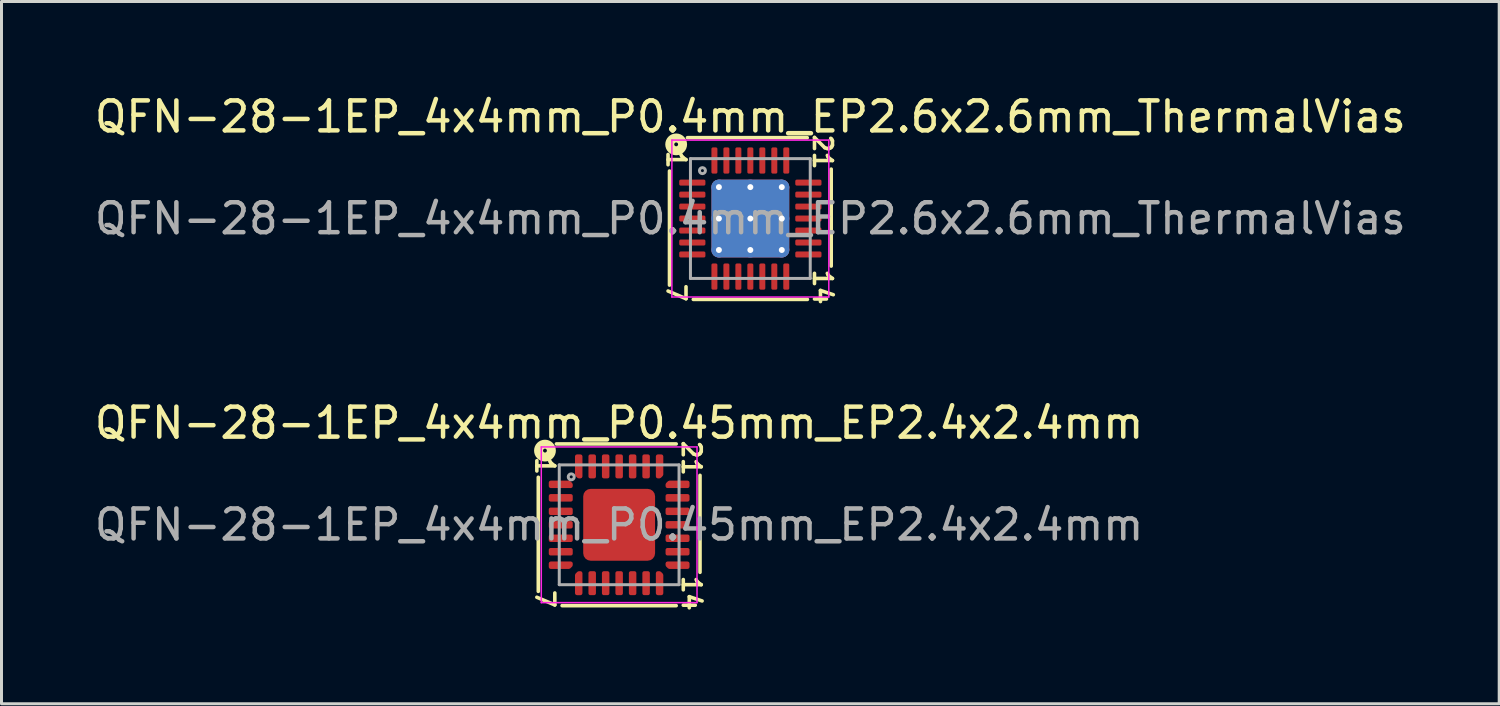
<source format=kicad_pcb>
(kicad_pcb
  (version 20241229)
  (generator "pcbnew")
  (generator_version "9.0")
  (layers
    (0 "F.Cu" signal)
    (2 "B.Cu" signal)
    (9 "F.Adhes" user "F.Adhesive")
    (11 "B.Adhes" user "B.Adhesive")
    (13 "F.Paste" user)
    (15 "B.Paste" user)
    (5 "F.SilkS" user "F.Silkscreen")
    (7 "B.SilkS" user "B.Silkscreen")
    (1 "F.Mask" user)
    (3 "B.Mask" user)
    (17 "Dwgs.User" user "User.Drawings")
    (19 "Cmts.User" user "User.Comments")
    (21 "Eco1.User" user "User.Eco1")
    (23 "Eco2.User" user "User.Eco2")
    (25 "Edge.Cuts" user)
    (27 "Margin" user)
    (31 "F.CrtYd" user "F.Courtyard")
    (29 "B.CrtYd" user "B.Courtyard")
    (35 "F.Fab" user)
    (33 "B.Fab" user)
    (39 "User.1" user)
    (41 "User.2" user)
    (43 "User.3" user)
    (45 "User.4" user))
  (footprint "QFN-28-1EP_4x4mm_P0.4mm_EP2.6x2.6mm_ThermalVias"
    (layer "F.Cu")
    (at 22.006 4.248)
    (property "Reference" "QFN-28-1EP_4x4mm_P0.4mm_EP2.6x2.6mm_ThermalVias" (at 0 -3.4 0) (layer "F.SilkS") (effects (font (size 1 1) (thickness 0.15))))
    (attr smd)
    (fp_line (start -2.7 -1.587) (end -2.7 2.223) (stroke (width 0.12) (type solid)) (layer "F.SilkS"))
    (fp_line (start -1.905 2.7) (end 1.905 2.7) (stroke (width 0.12) (type solid)) (layer "F.SilkS"))
    (fp_line (start 1.9 -2.7) (end -2.1 -2.7) (stroke (width 0.12) (type solid)) (layer "F.SilkS"))
    (fp_line (start 2.7 1.587) (end 2.7 -1.651) (stroke (width 0.12) (type solid)) (layer "F.SilkS"))
    (fp_circle (center -2.477 -2.477) (end -2.413 -2.477) (stroke (width 0.3) (type solid)) (fill no) (layer "F.SilkS"))
    (fp_line (start -2.62 -2.62) (end -2.62 2.62) (stroke (width 0.05) (type solid)) (layer "F.CrtYd"))
    (fp_line (start -2.62 2.62) (end 2.62 2.62) (stroke (width 0.05) (type solid)) (layer "F.CrtYd"))
    (fp_line (start 2.62 -2.62) (end -2.62 -2.62) (stroke (width 0.05) (type solid)) (layer "F.CrtYd"))
    (fp_line (start 2.62 2.62) (end 2.62 -2.62) (stroke (width 0.05) (type solid)) (layer "F.CrtYd"))
    (fp_line (start -2 -2) (end 2 -2) (stroke (width 0.1) (type solid)) (layer "F.Fab"))
    (fp_line (start -2 2) (end -2 -2) (stroke (width 0.1) (type solid)) (layer "F.Fab"))
    (fp_line (start 2 -2) (end 2 2) (stroke (width 0.1) (type solid)) (layer "F.Fab"))
    (fp_line (start 2 2) (end -2 2) (stroke (width 0.1) (type solid)) (layer "F.Fab"))
    (fp_circle (center -1.6 -1.6) (end -1.5 -1.6) (stroke (width 0.1) (type solid)) (fill no) (layer "F.Fab"))
    (fp_text user "7" (at -2.477 2.477 270) (unlocked yes) (layer "F.SilkS") (effects (font (size 0.6 0.6) (thickness 0.12))))
    (fp_text user "1" (at -2.477 -1.968 270) (unlocked yes) (layer "F.SilkS") (effects (font (size 0.6 0.6) (thickness 0.12))))
    (fp_text user "21" (at 2.413 -2.223 270) (unlocked yes) (layer "F.SilkS") (effects (font (size 0.6 0.6) (thickness 0.12))))
    (fp_text user "14" (at 2.413 2.286 270) (unlocked yes) (layer "F.SilkS") (effects (font (size 0.6 0.6) (thickness 0.12))))
    (fp_text user "${REFERENCE}" (at 0 0 0) (layer "F.Fab") (effects (font (size 1 1) (thickness 0.15))))
    (pad "" smd roundrect (at -0.65 -0.65) (size 1.13 1.13) (layers "F.Paste") (roundrect_rratio 0.221))
    (pad "" smd roundrect (at -0.65 0.65) (size 1.13 1.13) (layers "F.Paste") (roundrect_rratio 0.221))
    (pad "" smd roundrect (at 0.65 -0.65) (size 1.13 1.13) (layers "F.Paste") (roundrect_rratio 0.221))
    (pad "" smd roundrect (at 0.65 0.65) (size 1.13 1.13) (layers "F.Paste") (roundrect_rratio 0.221))
    (pad "1" smd roundrect (at -1.938 -1.2) (size 0.875 0.2) (layers "F.Cu" "F.Mask" "F.Paste") (roundrect_rratio 0.25))
    (pad "2" smd roundrect (at -1.938 -0.8) (size 0.875 0.2) (layers "F.Cu" "F.Mask" "F.Paste") (roundrect_rratio 0.25))
    (pad "3" smd roundrect (at -1.938 -0.4) (size 0.875 0.2) (layers "F.Cu" "F.Mask" "F.Paste") (roundrect_rratio 0.25))
    (pad "4" smd roundrect (at -1.938 0) (size 0.875 0.2) (layers "F.Cu" "F.Mask" "F.Paste") (roundrect_rratio 0.25))
    (pad "5" smd roundrect (at -1.938 0.4) (size 0.875 0.2) (layers "F.Cu" "F.Mask" "F.Paste") (roundrect_rratio 0.25))
    (pad "6" smd roundrect (at -1.938 0.8) (size 0.875 0.2) (layers "F.Cu" "F.Mask" "F.Paste") (roundrect_rratio 0.25))
    (pad "7" smd roundrect (at -1.938 1.2) (size 0.875 0.2) (layers "F.Cu" "F.Mask" "F.Paste") (roundrect_rratio 0.25))
    (pad "8" smd roundrect (at -1.2 1.938) (size 0.2 0.875) (layers "F.Cu" "F.Mask" "F.Paste") (roundrect_rratio 0.25))
    (pad "9" smd roundrect (at -0.8 1.938) (size 0.2 0.875) (layers "F.Cu" "F.Mask" "F.Paste") (roundrect_rratio 0.25))
    (pad "10" smd roundrect (at -0.4 1.938) (size 0.2 0.875) (layers "F.Cu" "F.Mask" "F.Paste") (roundrect_rratio 0.25))
    (pad "11" smd roundrect (at 0 1.938) (size 0.2 0.875) (layers "F.Cu" "F.Mask" "F.Paste") (roundrect_rratio 0.25))
    (pad "12" smd roundrect (at 0.4 1.938) (size 0.2 0.875) (layers "F.Cu" "F.Mask" "F.Paste") (roundrect_rratio 0.25))
    (pad "13" smd roundrect (at 0.8 1.938) (size 0.2 0.875) (layers "F.Cu" "F.Mask" "F.Paste") (roundrect_rratio 0.25))
    (pad "14" smd roundrect (at 1.2 1.938) (size 0.2 0.875) (layers "F.Cu" "F.Mask" "F.Paste") (roundrect_rratio 0.25))
    (pad "15" smd roundrect (at 1.938 1.2) (size 0.875 0.2) (layers "F.Cu" "F.Mask" "F.Paste") (roundrect_rratio 0.25))
    (pad "16" smd roundrect (at 1.938 0.8) (size 0.875 0.2) (layers "F.Cu" "F.Mask" "F.Paste") (roundrect_rratio 0.25))
    (pad "17" smd roundrect (at 1.938 0.4) (size 0.875 0.2) (layers "F.Cu" "F.Mask" "F.Paste") (roundrect_rratio 0.25))
    (pad "18" smd roundrect (at 1.938 0) (size 0.875 0.2) (layers "F.Cu" "F.Mask" "F.Paste") (roundrect_rratio 0.25))
    (pad "19" smd roundrect (at 1.938 -0.4) (size 0.875 0.2) (layers "F.Cu" "F.Mask" "F.Paste") (roundrect_rratio 0.25))
    (pad "20" smd roundrect (at 1.938 -0.8) (size 0.875 0.2) (layers "F.Cu" "F.Mask" "F.Paste") (roundrect_rratio 0.25))
    (pad "21" smd roundrect (at 1.938 -1.2) (size 0.875 0.2) (layers "F.Cu" "F.Mask" "F.Paste") (roundrect_rratio 0.25))
    (pad "22" smd roundrect (at 1.2 -1.938) (size 0.2 0.875) (layers "F.Cu" "F.Mask" "F.Paste") (roundrect_rratio 0.25))
    (pad "23" smd roundrect (at 0.8 -1.938) (size 0.2 0.875) (layers "F.Cu" "F.Mask" "F.Paste") (roundrect_rratio 0.25))
    (pad "24" smd roundrect (at 0.4 -1.938) (size 0.2 0.875) (layers "F.Cu" "F.Mask" "F.Paste") (roundrect_rratio 0.25))
    (pad "25" smd roundrect (at 0 -1.938) (size 0.2 0.875) (layers "F.Cu" "F.Mask" "F.Paste") (roundrect_rratio 0.25))
    (pad "26" smd roundrect (at -0.4 -1.938) (size 0.2 0.875) (layers "F.Cu" "F.Mask" "F.Paste") (roundrect_rratio 0.25))
    (pad "27" smd roundrect (at -0.8 -1.938) (size 0.2 0.875) (layers "F.Cu" "F.Mask" "F.Paste") (roundrect_rratio 0.25))
    (pad "28" smd roundrect (at -1.2 -1.938) (size 0.2 0.875) (layers "F.Cu" "F.Mask" "F.Paste") (roundrect_rratio 0.25))
    (pad "29" thru_hole circle (at -1.05 -1.05) (size 0.5 0.5) (drill 0.2) (property pad_prop_heatsink) (layers "*.Cu"))
    (pad "29" thru_hole circle (at -1.05 0) (size 0.5 0.5) (drill 0.2) (property pad_prop_heatsink) (layers "*.Cu"))
    (pad "29" thru_hole circle (at -1.05 1.05) (size 0.5 0.5) (drill 0.2) (property pad_prop_heatsink) (layers "*.Cu"))
    (pad "29" thru_hole circle (at 0 -1.05) (size 0.5 0.5) (drill 0.2) (property pad_prop_heatsink) (layers "*.Cu"))
    (pad "29" thru_hole circle (at 0 0) (size 0.5 0.5) (drill 0.2) (property pad_prop_heatsink) (layers "*.Cu"))
    (pad "29" smd roundrect (at 0 0) (size 2.6 2.6) (layers "F.Cu" "F.Mask") (roundrect_rratio 0.096))
    (pad "29" smd roundrect (at 0 0) (size 2.6 2.6) (layers "B.Cu" "B.Mask") (roundrect_rratio 0.096))
    (pad "29" thru_hole circle (at 0 1.05) (size 0.5 0.5) (drill 0.2) (property pad_prop_heatsink) (layers "*.Cu"))
    (pad "29" thru_hole circle (at 1.05 -1.05) (size 0.5 0.5) (drill 0.2) (property pad_prop_heatsink) (layers "*.Cu"))
    (pad "29" thru_hole circle (at 1.05 0) (size 0.5 0.5) (drill 0.2) (property pad_prop_heatsink) (layers "*.Cu"))
    (pad "29" thru_hole circle (at 1.05 1.05) (size 0.5 0.5) (drill 0.2) (property pad_prop_heatsink) (layers "*.Cu")))
  (footprint "QFN-28-1EP_4x4mm_P0.45mm_EP2.4x2.4mm"
    (layer "F.Cu")
    (at 17.625 14.474)
    (property "Reference" "QFN-28-1EP_4x4mm_P0.45mm_EP2.4x2.4mm" (at 0 -3.4 0) (layer "F.SilkS") (effects (font (size 1 1) (thickness 0.15))))
    (attr smd)
    (fp_line (start -2.7 -1.587) (end -2.7 2.223) (stroke (width 0.12) (type solid)) (layer "F.SilkS"))
    (fp_line (start -1.905 2.7) (end 1.905 2.7) (stroke (width 0.12) (type solid)) (layer "F.SilkS"))
    (fp_line (start 1.905 -2.7) (end -2.095 -2.7) (stroke (width 0.12) (type solid)) (layer "F.SilkS"))
    (fp_line (start 2.7 1.587) (end 2.7 -1.651) (stroke (width 0.12) (type solid)) (layer "F.SilkS"))
    (fp_circle (center -2.477 -2.477) (end -2.413 -2.477) (stroke (width 0.3) (type solid)) (fill no) (layer "F.SilkS"))
    (fp_line (start -2.6 -2.6) (end -2.6 2.6) (stroke (width 0.05) (type solid)) (layer "F.CrtYd"))
    (fp_line (start -2.6 2.6) (end 2.6 2.6) (stroke (width 0.05) (type solid)) (layer "F.CrtYd"))
    (fp_line (start 2.6 -2.6) (end -2.6 -2.6) (stroke (width 0.05) (type solid)) (layer "F.CrtYd"))
    (fp_line (start 2.6 2.6) (end 2.6 -2.6) (stroke (width 0.05) (type solid)) (layer "F.CrtYd"))
    (fp_line (start -2 -2) (end 2 -2) (stroke (width 0.1) (type solid)) (layer "F.Fab"))
    (fp_line (start -2 2) (end -2 -2) (stroke (width 0.1) (type solid)) (layer "F.Fab"))
    (fp_line (start 2 -2) (end 2 2) (stroke (width 0.1) (type solid)) (layer "F.Fab"))
    (fp_line (start 2 2) (end -2 2) (stroke (width 0.1) (type solid)) (layer "F.Fab"))
    (fp_circle (center -1.6 -1.6) (end -1.5 -1.6) (stroke (width 0.1) (type solid)) (fill no) (layer "F.Fab"))
    (fp_text user "7" (at -2.477 2.477 270) (unlocked yes) (layer "F.SilkS") (effects (font (size 0.6 0.6) (thickness 0.12))))
    (fp_text user "1" (at -2.477 -1.968 270) (unlocked yes) (layer "F.SilkS") (effects (font (size 0.6 0.6) (thickness 0.12))))
    (fp_text user "21" (at 2.413 -2.223 270) (unlocked yes) (layer "F.SilkS") (effects (font (size 0.6 0.6) (thickness 0.12))))
    (fp_text user "14" (at 2.413 2.286 270) (unlocked yes) (layer "F.SilkS") (effects (font (size 0.6 0.6) (thickness 0.12))))
    (fp_text user "${REFERENCE}" (at 0 0 0) (layer "F.Fab") (effects (font (size 1 1) (thickness 0.15))))
    (pad "" smd roundrect (at -0.6 -0.6) (size 0.97 0.97) (layers "F.Paste") (roundrect_rratio 0.25))
    (pad "" smd roundrect (at -0.6 0.6) (size 0.97 0.97) (layers "F.Paste") (roundrect_rratio 0.25))
    (pad "" smd roundrect (at 0.6 -0.6) (size 0.97 0.97) (layers "F.Paste") (roundrect_rratio 0.25))
    (pad "" smd roundrect (at 0.6 0.6) (size 0.97 0.97) (layers "F.Paste") (roundrect_rratio 0.25))
    (pad "1" smd custom (at -1.95 -1.35) (size 0.179 0.179) (layers "F.Cu" "F.Mask" "F.Paste") (options (anchor circle)) (primitives (gr_poly (pts (xy 0.338 0.001) (xy 0.338 0.062) (xy -0.338 0.062) (xy -0.338 -0.062) (xy 0.274 -0.062)) (width 0.125) (fill yes))))
    (pad "2" smd roundrect (at -1.95 -0.9) (size 0.8 0.25) (layers "F.Cu" "F.Mask" "F.Paste") (roundrect_rratio 0.25))
    (pad "3" smd roundrect (at -1.95 -0.45) (size 0.8 0.25) (layers "F.Cu" "F.Mask" "F.Paste") (roundrect_rratio 0.25))
    (pad "4" smd roundrect (at -1.95 0) (size 0.8 0.25) (layers "F.Cu" "F.Mask" "F.Paste") (roundrect_rratio 0.25))
    (pad "5" smd roundrect (at -1.95 0.45) (size 0.8 0.25) (layers "F.Cu" "F.Mask" "F.Paste") (roundrect_rratio 0.25))
    (pad "6" smd roundrect (at -1.95 0.9) (size 0.8 0.25) (layers "F.Cu" "F.Mask" "F.Paste") (roundrect_rratio 0.25))
    (pad "7" smd custom (at -1.95 1.35) (size 0.179 0.179) (layers "F.Cu" "F.Mask" "F.Paste") (options (anchor circle)) (primitives (gr_poly (pts (xy 0.338 -0.001) (xy 0.274 0.062) (xy -0.338 0.062) (xy -0.338 -0.062) (xy 0.338 -0.062)) (width 0.125) (fill yes))))
    (pad "8" smd custom (at -1.35 1.95) (size 0.179 0.179) (layers "F.Cu" "F.Mask" "F.Paste") (options (anchor circle)) (primitives (gr_poly (pts (xy 0.062 0.338) (xy -0.062 0.338) (xy -0.062 -0.274) (xy 0.001 -0.338) (xy 0.062 -0.338)) (width 0.125) (fill yes))))
    (pad "9" smd roundrect (at -0.9 1.95) (size 0.25 0.8) (layers "F.Cu" "F.Mask" "F.Paste") (roundrect_rratio 0.25))
    (pad "10" smd roundrect (at -0.45 1.95) (size 0.25 0.8) (layers "F.Cu" "F.Mask" "F.Paste") (roundrect_rratio 0.25))
    (pad "11" smd roundrect (at 0 1.95) (size 0.25 0.8) (layers "F.Cu" "F.Mask" "F.Paste") (roundrect_rratio 0.25))
    (pad "12" smd roundrect (at 0.45 1.95) (size 0.25 0.8) (layers "F.Cu" "F.Mask" "F.Paste") (roundrect_rratio 0.25))
    (pad "13" smd roundrect (at 0.9 1.95) (size 0.25 0.8) (layers "F.Cu" "F.Mask" "F.Paste") (roundrect_rratio 0.25))
    (pad "14" smd custom (at 1.35 1.95) (size 0.179 0.179) (layers "F.Cu" "F.Mask" "F.Paste") (options (anchor circle)) (primitives (gr_poly (pts (xy 0.062 -0.274) (xy 0.062 0.338) (xy -0.062 0.338) (xy -0.062 -0.338) (xy -0.001 -0.338)) (width 0.125) (fill yes))))
    (pad "15" smd custom (at 1.95 1.35) (size 0.179 0.179) (layers "F.Cu" "F.Mask" "F.Paste") (options (anchor circle)) (primitives (gr_poly (pts (xy 0.338 0.062) (xy -0.274 0.062) (xy -0.338 -0.001) (xy -0.338 -0.062) (xy 0.338 -0.062)) (width 0.125) (fill yes))))
    (pad "16" smd roundrect (at 1.95 0.9) (size 0.8 0.25) (layers "F.Cu" "F.Mask" "F.Paste") (roundrect_rratio 0.25))
    (pad "17" smd roundrect (at 1.95 0.45) (size 0.8 0.25) (layers "F.Cu" "F.Mask" "F.Paste") (roundrect_rratio 0.25))
    (pad "18" smd roundrect (at 1.95 0) (size 0.8 0.25) (layers "F.Cu" "F.Mask" "F.Paste") (roundrect_rratio 0.25))
    (pad "19" smd roundrect (at 1.95 -0.45) (size 0.8 0.25) (layers "F.Cu" "F.Mask" "F.Paste") (roundrect_rratio 0.25))
    (pad "20" smd roundrect (at 1.95 -0.9) (size 0.8 0.25) (layers "F.Cu" "F.Mask" "F.Paste") (roundrect_rratio 0.25))
    (pad "21" smd custom (at 1.95 -1.35) (size 0.179 0.179) (layers "F.Cu" "F.Mask" "F.Paste") (options (anchor circle)) (primitives (gr_poly (pts (xy 0.338 0.062) (xy -0.338 0.062) (xy -0.338 0.001) (xy -0.274 -0.062) (xy 0.338 -0.062)) (width 0.125) (fill yes))))
    (pad "22" smd custom (at 1.35 -1.95) (size 0.179 0.179) (layers "F.Cu" "F.Mask" "F.Paste") (options (anchor circle)) (primitives (gr_poly (pts (xy 0.062 0.274) (xy -0.001 0.338) (xy -0.062 0.338) (xy -0.062 -0.338) (xy 0.062 -0.338)) (width 0.125) (fill yes))))
    (pad "23" smd roundrect (at 0.9 -1.95) (size 0.25 0.8) (layers "F.Cu" "F.Mask" "F.Paste") (roundrect_rratio 0.25))
    (pad "24" smd roundrect (at 0.45 -1.95) (size 0.25 0.8) (layers "F.Cu" "F.Mask" "F.Paste") (roundrect_rratio 0.25))
    (pad "25" smd roundrect (at 0 -1.95) (size 0.25 0.8) (layers "F.Cu" "F.Mask" "F.Paste") (roundrect_rratio 0.25))
    (pad "26" smd roundrect (at -0.45 -1.95) (size 0.25 0.8) (layers "F.Cu" "F.Mask" "F.Paste") (roundrect_rratio 0.25))
    (pad "27" smd roundrect (at -0.9 -1.95) (size 0.25 0.8) (layers "F.Cu" "F.Mask" "F.Paste") (roundrect_rratio 0.25))
    (pad "28" smd custom (at -1.35 -1.95) (size 0.179 0.179) (layers "F.Cu" "F.Mask" "F.Paste") (options (anchor circle)) (primitives (gr_poly (pts (xy 0.062 0.338) (xy 0.001 0.338) (xy -0.062 0.274) (xy -0.062 -0.338) (xy 0.062 -0.338)) (width 0.125) (fill yes))))
    (pad "29" smd roundrect (at 0 0) (size 2.4 2.4) (layers "F.Cu" "F.Mask") (roundrect_rratio 0.104)))
  (gr_rect
    (start -3 -3)
    (end 47.012 20.451)
    (stroke (width 0.1) (type default))
    (fill no)
    (layer "Edge.Cuts")))
</source>
